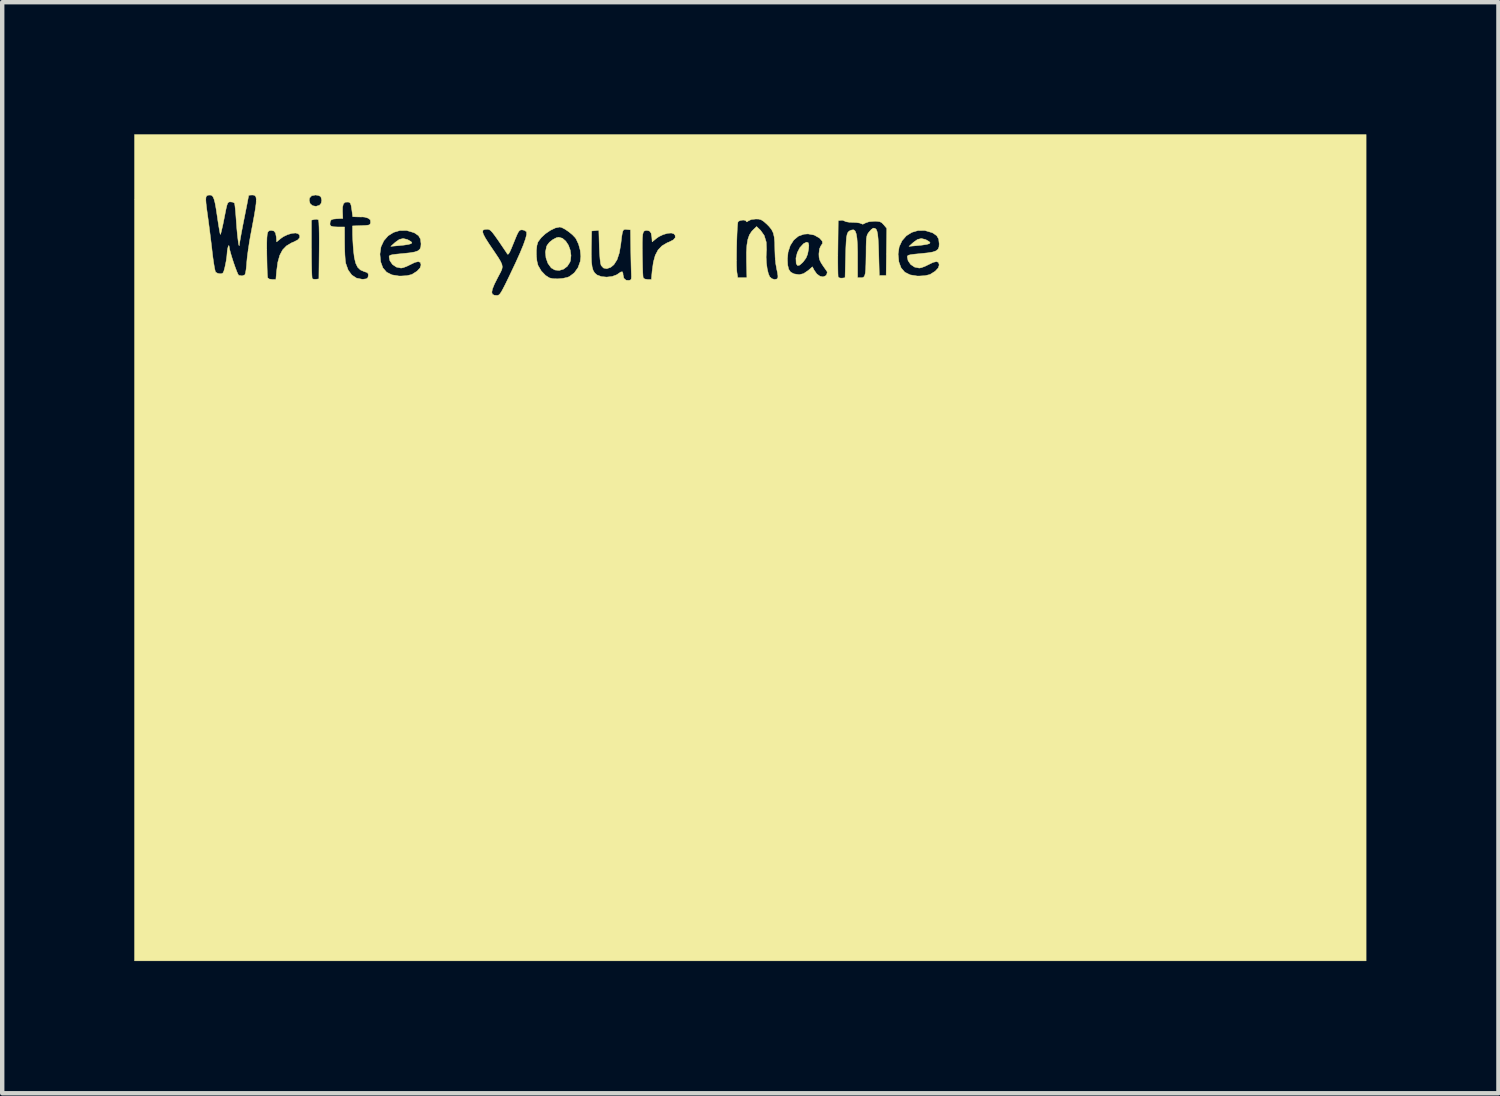
<source format=kicad_pcb>
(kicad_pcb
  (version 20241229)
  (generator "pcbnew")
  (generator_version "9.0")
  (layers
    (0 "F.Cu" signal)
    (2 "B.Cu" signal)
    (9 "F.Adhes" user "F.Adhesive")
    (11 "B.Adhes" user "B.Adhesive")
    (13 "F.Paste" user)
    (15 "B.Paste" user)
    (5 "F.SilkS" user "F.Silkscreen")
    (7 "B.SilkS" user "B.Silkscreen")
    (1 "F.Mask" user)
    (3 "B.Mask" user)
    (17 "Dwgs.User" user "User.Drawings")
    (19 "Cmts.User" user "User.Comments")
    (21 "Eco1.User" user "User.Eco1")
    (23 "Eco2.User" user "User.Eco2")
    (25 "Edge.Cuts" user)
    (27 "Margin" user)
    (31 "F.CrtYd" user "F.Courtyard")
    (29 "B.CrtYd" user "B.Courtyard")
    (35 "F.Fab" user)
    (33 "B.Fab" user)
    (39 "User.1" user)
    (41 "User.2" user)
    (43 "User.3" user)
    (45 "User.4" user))
  (footprint "Write"
    (layer "F.Cu")
    (at 13.975 9.387)
    (property "Reference" "Write" (at 0 0 0) (layer "F.SilkS") (effects (font (size 1.524 1.524) (thickness 0.3))))
    (attr through_hole)
    (fp_poly (pts (xy -7.779 -6.999) (xy -7.748 -6.984) (xy -7.692 -6.951) (xy -7.672 -6.925) (xy -7.69 -6.904) (xy -7.749 -6.887) (xy -7.854 -6.871) (xy -7.996 -6.857) (xy -8.151 -6.843) (xy -8.05 -6.934) (xy -7.957 -7) (xy -7.871 -7.021) (xy -7.779 -6.999)) (stroke (width 0.01) (type solid)) (fill yes) (layer "F.SilkS"))
    (fp_poly (pts (xy 3.988 -6.999) (xy 4.019 -6.984) (xy 4.074 -6.951) (xy 4.095 -6.925) (xy 4.077 -6.904) (xy 4.018 -6.887) (xy 3.912 -6.871) (xy 3.771 -6.857) (xy 3.616 -6.843) (xy 3.717 -6.934) (xy 3.81 -7) (xy 3.896 -7.021) (xy 3.988 -6.999)) (stroke (width 0.01) (type solid)) (fill yes) (layer "F.SilkS"))
    (fp_poly (pts (xy 1.329 -6.924) (xy 1.342 -6.865) (xy 1.336 -6.783) (xy 1.314 -6.666) (xy 1.278 -6.578) (xy 1.218 -6.496) (xy 1.197 -6.473) (xy 1.133 -6.417) (xy 1.087 -6.407) (xy 1.059 -6.444) (xy 1.054 -6.46) (xy 1.049 -6.576) (xy 1.08 -6.701) (xy 1.139 -6.815) (xy 1.219 -6.901) (xy 1.23 -6.909) (xy 1.292 -6.938) (xy 1.329 -6.924)) (stroke (width 0.01) (type solid)) (fill yes) (layer "F.SilkS"))
    (fp_poly (pts (xy -4.253 -7.026) (xy -4.178 -6.961) (xy -4.117 -6.868) (xy -4.076 -6.756) (xy -4.059 -6.636) (xy -4.071 -6.521) (xy -4.083 -6.484) (xy -4.144 -6.389) (xy -4.229 -6.325) (xy -4.327 -6.296) (xy -4.425 -6.306) (xy -4.508 -6.354) (xy -4.582 -6.455) (xy -4.627 -6.581) (xy -4.639 -6.715) (xy -4.614 -6.839) (xy -4.601 -6.867) (xy -4.549 -6.935) (xy -4.472 -6.996) (xy -4.39 -7.039) (xy -4.338 -7.05) (xy -4.253 -7.026)) (stroke (width 0.01) (type solid)) (fill yes) (layer "F.SilkS"))
    (fp_poly (pts (xy 13.996 9.382) (xy -13.97 9.382) (xy -13.97 -7.906) (xy -12.352 -7.906) (xy -12.346 -7.818) (xy -12.331 -7.692) (xy -12.315 -7.578) (xy -12.292 -7.41) (xy -12.266 -7.211) (xy -12.24 -7.004) (xy -12.216 -6.808) (xy -12.209 -6.743) (xy -12.191 -6.594) (xy -12.172 -6.461) (xy -12.154 -6.355) (xy -12.138 -6.283) (xy -12.128 -6.257) (xy -12.081 -6.23) (xy -12.025 -6.22) (xy -11.986 -6.224) (xy -11.961 -6.241) (xy -11.941 -6.284) (xy -11.92 -6.362) (xy -11.912 -6.4) (xy -11.89 -6.508) (xy -11.875 -6.61) (xy -11.869 -6.679) (xy -11.864 -6.743) (xy -11.853 -6.803) (xy -11.84 -6.846) (xy -11.828 -6.863) (xy -11.821 -6.841) (xy -11.821 -6.833) (xy -11.812 -6.779) (xy -11.79 -6.695) (xy -11.759 -6.591) (xy -11.723 -6.479) (xy -11.685 -6.371) (xy -11.65 -6.278) (xy -11.622 -6.213) (xy -11.604 -6.185) (xy -11.528 -6.172) (xy -11.47 -6.193) (xy -11.463 -6.201) (xy -11.45 -6.24) (xy -11.437 -6.317) (xy -11.426 -6.42) (xy -11.422 -6.48) (xy -11.411 -6.596) (xy -11.391 -6.746) (xy -11.366 -6.913) (xy -11.365 -6.922) (xy -10.967 -6.922) (xy -10.967 -6.766) (xy -10.966 -6.662) (xy -10.963 -6.504) (xy -10.96 -6.364) (xy -10.956 -6.248) (xy -10.951 -6.167) (xy -10.946 -6.128) (xy -10.946 -6.128) (xy -10.911 -6.101) (xy -10.847 -6.091) (xy -10.761 -6.091) (xy -10.744 -6.279) (xy -10.717 -6.481) (xy -10.673 -6.639) (xy -10.609 -6.761) (xy -10.521 -6.853) (xy -10.404 -6.923) (xy -10.352 -6.944) (xy -10.262 -6.991) (xy -10.218 -7.042) (xy -10.222 -7.095) (xy -10.251 -7.128) (xy -10.309 -7.146) (xy -10.394 -7.139) (xy -10.493 -7.11) (xy -10.59 -7.064) (xy -10.648 -7.023) (xy -10.743 -6.945) (xy -10.751 -7.055) (xy -10.768 -7.144) (xy -10.803 -7.191) (xy -10.86 -7.205) (xy -10.897 -7.202) (xy -10.925 -7.19) (xy -10.945 -7.163) (xy -10.957 -7.114) (xy -10.964 -7.035) (xy -10.967 -6.922) (xy -11.365 -6.922) (xy -11.338 -7.08) (xy -11.328 -7.132) (xy -11.284 -7.366) (xy -11.271 -7.438) (xy -9.953 -7.438) (xy -9.953 -6.781) (xy -9.952 -6.602) (xy -9.95 -6.44) (xy -9.947 -6.302) (xy -9.943 -6.196) (xy -9.938 -6.128) (xy -9.934 -6.107) (xy -9.897 -6.096) (xy -9.85 -6.096) (xy -9.784 -6.104) (xy -9.777 -6.763) (xy -9.776 -6.962) (xy -9.777 -7.134) (xy -9.78 -7.274) (xy -9.783 -7.341) (xy -9.534 -7.341) (xy -9.512 -7.305) (xy -9.455 -7.288) (xy -9.355 -7.283) (xy -9.201 -7.283) (xy -9.2 -6.927) (xy -9.198 -6.784) (xy -9.193 -6.65) (xy -9.185 -6.538) (xy -9.175 -6.461) (xy -9.173 -6.454) (xy -9.119 -6.304) (xy -9.037 -6.192) (xy -8.93 -6.122) (xy -8.802 -6.096) (xy -8.773 -6.097) (xy -8.705 -6.106) (xy -8.674 -6.128) (xy -8.662 -6.173) (xy -8.662 -6.174) (xy -8.663 -6.22) (xy -8.688 -6.248) (xy -8.75 -6.269) (xy -8.757 -6.271) (xy -8.841 -6.308) (xy -8.904 -6.369) (xy -8.949 -6.463) (xy -8.98 -6.595) (xy -8.988 -6.666) (xy -8.398 -6.666) (xy -8.381 -6.491) (xy -8.331 -6.355) (xy -8.247 -6.257) (xy -8.126 -6.196) (xy -7.968 -6.17) (xy -7.923 -6.169) (xy -7.788 -6.177) (xy -7.685 -6.201) (xy -7.664 -6.21) (xy -7.555 -6.279) (xy -7.487 -6.352) (xy -7.464 -6.42) (xy -7.479 -6.478) (xy -7.526 -6.497) (xy -7.604 -6.479) (xy -7.701 -6.432) (xy -7.789 -6.389) (xy -7.87 -6.359) (xy -7.918 -6.35) (xy -8.024 -6.372) (xy -8.113 -6.432) (xy -8.172 -6.518) (xy -8.19 -6.606) (xy -8.184 -6.626) (xy -8.161 -6.642) (xy -8.113 -6.654) (xy -8.031 -6.665) (xy -7.907 -6.677) (xy -7.878 -6.68) (xy -7.722 -6.696) (xy -7.61 -6.715) (xy -7.535 -6.741) (xy -7.491 -6.778) (xy -7.47 -6.829) (xy -7.464 -6.899) (xy -7.464 -6.9) (xy -7.477 -7.009) (xy -7.521 -7.085) (xy -7.605 -7.144) (xy -7.629 -7.155) (xy -7.694 -7.175) (xy -6.066 -7.175) (xy -6.049 -7.117) (xy -6.003 -7.03) (xy -5.927 -6.91) (xy -5.878 -6.837) (xy -5.779 -6.691) (xy -5.706 -6.581) (xy -5.656 -6.497) (xy -5.628 -6.432) (xy -5.619 -6.377) (xy -5.628 -6.324) (xy -5.654 -6.264) (xy -5.694 -6.189) (xy -5.725 -6.13) (xy -5.798 -5.985) (xy -5.842 -5.877) (xy -5.857 -5.803) (xy -5.845 -5.757) (xy -5.804 -5.734) (xy -5.748 -5.728) (xy -5.721 -5.73) (xy -5.697 -5.74) (xy -5.672 -5.765) (xy -5.641 -5.81) (xy -5.602 -5.881) (xy -5.549 -5.984) (xy -5.48 -6.126) (xy -5.444 -6.201) (xy -5.317 -6.469) (xy -5.216 -6.693) (xy -5.191 -6.754) (xy -4.845 -6.754) (xy -4.845 -6.63) (xy -4.833 -6.512) (xy -4.81 -6.417) (xy -4.806 -6.407) (xy -4.735 -6.285) (xy -4.637 -6.183) (xy -4.549 -6.127) (xy -4.469 -6.109) (xy -4.36 -6.105) (xy -4.243 -6.116) (xy -4.14 -6.139) (xy -4.095 -6.157) (xy -3.984 -6.241) (xy -3.899 -6.36) (xy -3.848 -6.503) (xy -3.836 -6.617) (xy -3.837 -6.631) (xy -3.598 -6.631) (xy -3.593 -6.485) (xy -3.579 -6.376) (xy -3.556 -6.296) (xy -3.521 -6.239) (xy -3.474 -6.198) (xy -3.465 -6.192) (xy -3.368 -6.156) (xy -3.248 -6.145) (xy -3.125 -6.159) (xy -3.022 -6.197) (xy -2.995 -6.215) (xy -2.93 -6.26) (xy -2.894 -6.266) (xy -2.879 -6.233) (xy -2.877 -6.2) (xy -2.859 -6.118) (xy -2.809 -6.075) (xy -2.748 -6.07) (xy -2.71 -6.078) (xy -2.692 -6.1) (xy -2.687 -6.149) (xy -2.689 -6.22) (xy -2.692 -6.296) (xy -2.695 -6.411) (xy -2.698 -6.552) (xy -2.701 -6.706) (xy -2.702 -6.791) (xy -2.704 -6.922) (xy -2.44 -6.922) (xy -2.44 -6.766) (xy -2.439 -6.662) (xy -2.436 -6.504) (xy -2.433 -6.364) (xy -2.429 -6.248) (xy -2.424 -6.167) (xy -2.419 -6.128) (xy -2.419 -6.128) (xy -2.384 -6.101) (xy -2.32 -6.091) (xy -2.234 -6.091) (xy -2.217 -6.279) (xy -2.189 -6.481) (xy -2.177 -6.526) (xy -0.301 -6.526) (xy -0.3 -6.401) (xy -0.296 -6.306) (xy -0.292 -6.259) (xy -0.272 -6.13) (xy -0.065 -6.13) (xy -0.074 -6.497) (xy -0.075 -6.706) (xy -0.065 -6.871) (xy -0.043 -7.001) (xy -0.008 -7.102) (xy 0.043 -7.181) (xy 0.077 -7.217) (xy 0.156 -7.293) (xy 0.245 -7.207) (xy 0.328 -7.09) (xy 0.374 -6.941) (xy 0.381 -6.764) (xy 0.377 -6.719) (xy 0.372 -6.598) (xy 0.379 -6.465) (xy 0.396 -6.336) (xy 0.422 -6.226) (xy 0.452 -6.154) (xy 0.502 -6.109) (xy 0.562 -6.091) (xy 0.615 -6.101) (xy 0.638 -6.129) (xy 0.64 -6.172) (xy 0.629 -6.248) (xy 0.611 -6.331) (xy 0.59 -6.451) (xy 0.58 -6.553) (xy 0.855 -6.553) (xy 0.862 -6.418) (xy 0.884 -6.324) (xy 0.925 -6.262) (xy 0.991 -6.224) (xy 1.013 -6.217) (xy 1.123 -6.2) (xy 1.222 -6.224) (xy 1.324 -6.293) (xy 1.333 -6.3) (xy 1.423 -6.379) (xy 1.463 -6.301) (xy 1.523 -6.216) (xy 1.594 -6.165) (xy 1.664 -6.15) (xy 1.725 -6.175) (xy 1.747 -6.201) (xy 1.76 -6.258) (xy 1.749 -6.281) (xy 1.671 -6.391) (xy 1.62 -6.469) (xy 2 -6.469) (xy 2.001 -6.334) (xy 2.003 -6.23) (xy 2.006 -6.165) (xy 2.008 -6.148) (xy 2.042 -6.124) (xy 2.093 -6.121) (xy 2.164 -6.13) (xy 2.177 -6.628) (xy 2.182 -6.81) (xy 2.189 -6.948) (xy 2.197 -7.047) (xy 2.211 -7.116) (xy 2.23 -7.161) (xy 2.257 -7.189) (xy 2.294 -7.207) (xy 2.324 -7.216) (xy 2.363 -7.217) (xy 2.394 -7.189) (xy 2.417 -7.129) (xy 2.434 -7.032) (xy 2.444 -6.894) (xy 2.449 -6.711) (xy 2.449 -6.583) (xy 2.449 -6.13) (xy 2.527 -6.13) (xy 2.563 -6.133) (xy 2.59 -6.148) (xy 2.61 -6.179) (xy 2.624 -6.235) (xy 2.632 -6.321) (xy 2.637 -6.444) (xy 2.64 -6.61) (xy 2.641 -6.684) (xy 2.642 -6.837) (xy 2.645 -6.947) (xy 2.65 -7.024) (xy 2.66 -7.078) (xy 2.674 -7.117) (xy 2.695 -7.151) (xy 2.71 -7.17) (xy 2.759 -7.225) (xy 2.801 -7.255) (xy 2.81 -7.257) (xy 2.844 -7.251) (xy 2.871 -7.23) (xy 2.89 -7.186) (xy 2.905 -7.115) (xy 2.915 -7.01) (xy 2.923 -6.865) (xy 2.929 -6.677) (xy 2.942 -6.182) (xy 3.097 -6.182) (xy 3.104 -6.666) (xy 3.369 -6.666) (xy 3.386 -6.491) (xy 3.436 -6.355) (xy 3.52 -6.257) (xy 3.641 -6.196) (xy 3.799 -6.17) (xy 3.844 -6.169) (xy 3.979 -6.177) (xy 4.082 -6.201) (xy 4.103 -6.21) (xy 4.212 -6.279) (xy 4.28 -6.352) (xy 4.302 -6.42) (xy 4.287 -6.478) (xy 4.241 -6.497) (xy 4.163 -6.479) (xy 4.066 -6.432) (xy 3.978 -6.389) (xy 3.897 -6.359) (xy 3.849 -6.35) (xy 3.743 -6.372) (xy 3.654 -6.432) (xy 3.595 -6.518) (xy 3.577 -6.606) (xy 3.583 -6.626) (xy 3.605 -6.642) (xy 3.654 -6.654) (xy 3.736 -6.665) (xy 3.86 -6.677) (xy 3.889 -6.68) (xy 4.045 -6.696) (xy 4.157 -6.715) (xy 4.231 -6.741) (xy 4.276 -6.778) (xy 4.297 -6.829) (xy 4.302 -6.899) (xy 4.302 -6.9) (xy 4.29 -7.009) (xy 4.246 -7.085) (xy 4.162 -7.144) (xy 4.138 -7.155) (xy 3.979 -7.202) (xy 3.824 -7.203) (xy 3.681 -7.161) (xy 3.556 -7.083) (xy 3.458 -6.971) (xy 3.393 -6.832) (xy 3.369 -6.669) (xy 3.369 -6.666) (xy 3.104 -6.666) (xy 3.104 -6.717) (xy 3.111 -7.252) (xy 3.044 -7.332) (xy 2.999 -7.379) (xy 2.953 -7.403) (xy 2.887 -7.412) (xy 2.829 -7.413) (xy 2.71 -7.403) (xy 2.628 -7.375) (xy 2.621 -7.371) (xy 2.568 -7.345) (xy 2.533 -7.358) (xy 2.493 -7.373) (xy 2.419 -7.384) (xy 2.346 -7.387) (xy 2.257 -7.391) (xy 2.188 -7.402) (xy 2.159 -7.415) (xy 2.114 -7.434) (xy 2.07 -7.434) (xy 2.009 -7.426) (xy 2.002 -6.804) (xy 2 -6.628) (xy 2 -6.469) (xy 1.62 -6.469) (xy 1.619 -6.472) (xy 1.588 -6.535) (xy 1.574 -6.594) (xy 1.571 -6.658) (xy 1.571 -6.677) (xy 1.584 -6.785) (xy 1.613 -6.851) (xy 1.617 -6.856) (xy 1.653 -6.91) (xy 1.646 -6.962) (xy 1.593 -7.022) (xy 1.58 -7.034) (xy 1.463 -7.1) (xy 1.323 -7.126) (xy 1.229 -7.119) (xy 1.104 -7.074) (xy 0.999 -6.986) (xy 0.92 -6.863) (xy 0.87 -6.711) (xy 0.855 -6.553) (xy 0.58 -6.553) (xy 0.576 -6.601) (xy 0.57 -6.762) (xy 0.57 -6.766) (xy 0.567 -6.93) (xy 0.556 -7.053) (xy 0.534 -7.147) (xy 0.497 -7.223) (xy 0.441 -7.293) (xy 0.39 -7.345) (xy 0.316 -7.41) (xy 0.259 -7.446) (xy 0.203 -7.462) (xy 0.139 -7.464) (xy 0.036 -7.453) (xy -0.03 -7.422) (xy -0.066 -7.398) (xy -0.078 -7.409) (xy -0.099 -7.433) (xy -0.148 -7.44) (xy -0.207 -7.433) (xy -0.254 -7.413) (xy -0.269 -7.393) (xy -0.276 -7.342) (xy -0.283 -7.25) (xy -0.289 -7.126) (xy -0.294 -6.982) (xy -0.298 -6.827) (xy -0.3 -6.671) (xy -0.301 -6.526) (xy -2.177 -6.526) (xy -2.146 -6.639) (xy -2.082 -6.761) (xy -1.994 -6.853) (xy -1.877 -6.923) (xy -1.825 -6.944) (xy -1.734 -6.991) (xy -1.691 -7.042) (xy -1.695 -7.095) (xy -1.724 -7.128) (xy -1.781 -7.146) (xy -1.867 -7.139) (xy -1.966 -7.11) (xy -2.063 -7.064) (xy -2.121 -7.023) (xy -2.216 -6.945) (xy -2.224 -7.055) (xy -2.24 -7.144) (xy -2.276 -7.191) (xy -2.333 -7.205) (xy -2.37 -7.202) (xy -2.398 -7.19) (xy -2.417 -7.163) (xy -2.43 -7.114) (xy -2.437 -7.035) (xy -2.44 -6.922) (xy -2.704 -6.922) (xy -2.708 -7.218) (xy -2.79 -7.226) (xy -2.83 -7.229) (xy -2.859 -7.221) (xy -2.879 -7.196) (xy -2.894 -7.145) (xy -2.908 -7.061) (xy -2.923 -6.936) (xy -2.928 -6.894) (xy -2.962 -6.693) (xy -3.014 -6.538) (xy -3.085 -6.427) (xy -3.156 -6.368) (xy -3.246 -6.336) (xy -3.321 -6.351) (xy -3.375 -6.41) (xy -3.388 -6.46) (xy -3.4 -6.554) (xy -3.41 -6.683) (xy -3.417 -6.837) (xy -3.427 -7.208) (xy -3.508 -7.2) (xy -3.59 -7.192) (xy -3.597 -6.822) (xy -3.598 -6.631) (xy -3.837 -6.631) (xy -3.85 -6.756) (xy -3.888 -6.894) (xy -3.943 -7.011) (xy -3.964 -7.041) (xy -4.027 -7.107) (xy -4.109 -7.174) (xy -4.194 -7.232) (xy -4.27 -7.271) (xy -4.313 -7.282) (xy -4.412 -7.262) (xy -4.525 -7.208) (xy -4.639 -7.131) (xy -4.737 -7.04) (xy -4.807 -6.946) (xy -4.81 -6.941) (xy -4.833 -6.863) (xy -4.845 -6.754) (xy -5.191 -6.754) (xy -5.141 -6.874) (xy -5.092 -7.013) (xy -5.067 -7.11) (xy -5.068 -7.168) (xy -5.071 -7.175) (xy -5.116 -7.207) (xy -5.171 -7.218) (xy -5.203 -7.215) (xy -5.229 -7.201) (xy -5.254 -7.168) (xy -5.285 -7.108) (xy -5.325 -7.012) (xy -5.361 -6.923) (xy -5.412 -6.799) (xy -5.448 -6.718) (xy -5.474 -6.674) (xy -5.493 -6.661) (xy -5.506 -6.673) (xy -5.531 -6.712) (xy -5.579 -6.783) (xy -5.642 -6.876) (xy -5.709 -6.975) (xy -5.787 -7.085) (xy -5.843 -7.159) (xy -5.885 -7.203) (xy -5.92 -7.225) (xy -5.955 -7.231) (xy -5.959 -7.231) (xy -6.02 -7.227) (xy -6.057 -7.21) (xy -6.066 -7.175) (xy -7.694 -7.175) (xy -7.788 -7.202) (xy -7.943 -7.203) (xy -8.086 -7.161) (xy -8.211 -7.083) (xy -8.309 -6.971) (xy -8.374 -6.832) (xy -8.398 -6.669) (xy -8.398 -6.666) (xy -8.988 -6.666) (xy -8.995 -6.719) (xy -9.006 -6.852) (xy -9.014 -6.991) (xy -9.019 -7.109) (xy -9.019 -7.133) (xy -9.02 -7.307) (xy -8.819 -7.314) (xy -8.718 -7.319) (xy -8.657 -7.326) (xy -8.626 -7.34) (xy -8.614 -7.365) (xy -8.61 -7.39) (xy -8.616 -7.444) (xy -8.657 -7.478) (xy -8.675 -7.486) (xy -8.74 -7.506) (xy -8.786 -7.511) (xy -8.838 -7.51) (xy -8.911 -7.512) (xy -8.92 -7.512) (xy -9.015 -7.516) (xy -9.037 -7.678) (xy -9.051 -7.768) (xy -9.067 -7.819) (xy -9.092 -7.842) (xy -9.118 -7.849) (xy -9.186 -7.846) (xy -9.227 -7.809) (xy -9.246 -7.734) (xy -9.247 -7.636) (xy -9.24 -7.477) (xy -9.376 -7.47) (xy -9.457 -7.462) (xy -9.501 -7.447) (xy -9.522 -7.417) (xy -9.527 -7.4) (xy -9.534 -7.341) (xy -9.783 -7.341) (xy -9.784 -7.376) (xy -9.791 -7.435) (xy -9.795 -7.447) (xy -9.836 -7.459) (xy -9.886 -7.454) (xy -9.953 -7.438) (xy -11.271 -7.438) (xy -11.249 -7.555) (xy -11.225 -7.703) (xy -11.21 -7.814) (xy -11.206 -7.889) (xy -10.004 -7.889) (xy -9.983 -7.813) (xy -9.928 -7.766) (xy -9.85 -7.752) (xy -9.77 -7.776) (xy -9.732 -7.822) (xy -9.719 -7.89) (xy -9.735 -7.956) (xy -9.75 -7.978) (xy -9.797 -8) (xy -9.862 -8.009) (xy -9.948 -7.992) (xy -9.995 -7.942) (xy -10.004 -7.889) (xy -11.206 -7.889) (xy -11.205 -7.895) (xy -11.21 -7.95) (xy -11.224 -7.984) (xy -11.247 -8.002) (xy -11.279 -8.008) (xy -11.301 -8.009) (xy -11.355 -8.006) (xy -11.378 -7.998) (xy -11.378 -7.998) (xy -11.383 -7.97) (xy -11.397 -7.9) (xy -11.417 -7.794) (xy -11.444 -7.66) (xy -11.474 -7.507) (xy -11.482 -7.468) (xy -11.514 -7.307) (xy -11.542 -7.16) (xy -11.564 -7.037) (xy -11.58 -6.945) (xy -11.588 -6.893) (xy -11.588 -6.889) (xy -11.593 -6.857) (xy -11.601 -6.87) (xy -11.611 -6.921) (xy -11.622 -7.005) (xy -11.635 -7.115) (xy -11.647 -7.244) (xy -11.658 -7.387) (xy -11.66 -7.418) (xy -11.67 -7.554) (xy -11.68 -7.673) (xy -11.69 -7.764) (xy -11.698 -7.817) (xy -11.701 -7.826) (xy -11.737 -7.846) (xy -11.79 -7.853) (xy -11.818 -7.852) (xy -11.839 -7.843) (xy -11.857 -7.819) (xy -11.873 -7.772) (xy -11.892 -7.694) (xy -11.915 -7.578) (xy -11.935 -7.477) (xy -11.961 -7.347) (xy -11.986 -7.238) (xy -12.005 -7.158) (xy -12.018 -7.118) (xy -12.022 -7.114) (xy -12.03 -7.143) (xy -12.043 -7.215) (xy -12.061 -7.319) (xy -12.081 -7.448) (xy -12.093 -7.531) (xy -12.119 -7.702) (xy -12.142 -7.828) (xy -12.165 -7.915) (xy -12.189 -7.97) (xy -12.216 -7.999) (xy -12.25 -8.008) (xy -12.256 -8.008) (xy -12.3 -8.005) (xy -12.33 -7.992) (xy -12.347 -7.961) (xy -12.352 -7.906) (xy -13.97 -7.906) (xy -13.97 -9.382) (xy 13.996 -9.382) (xy 13.996 9.382)) (stroke (width 0.01) (type solid)) (fill yes) (layer "F.SilkS")))
  (gr_rect
    (start -3 -3)
    (end 30.976 21.775)
    (stroke (width 0.1) (type default))
    (fill no)
    (layer "Edge.Cuts")))
</source>
